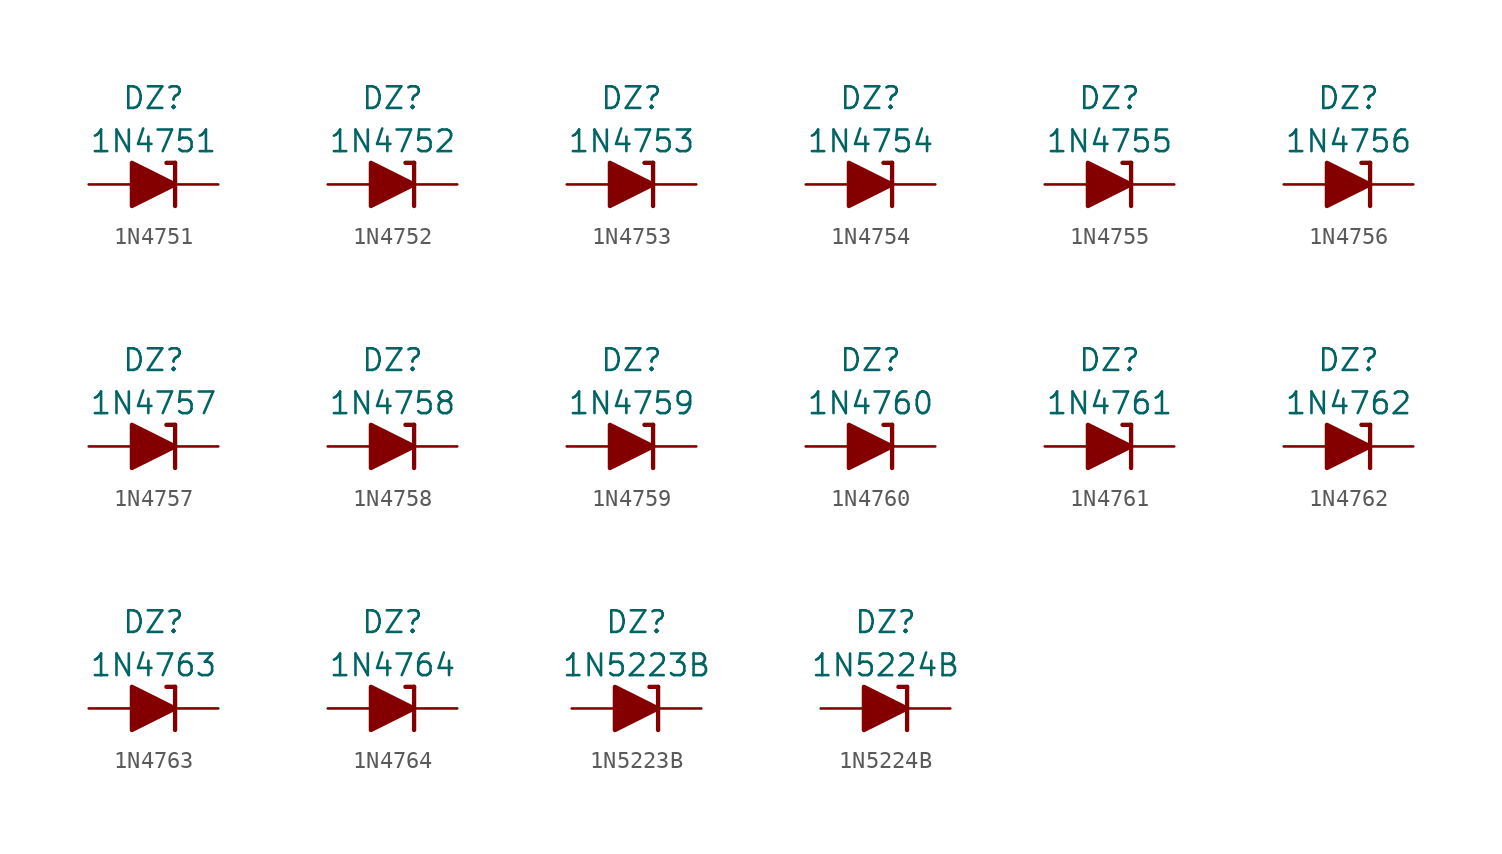
<source format=kicad_sym>
(kicad_symbol_lib
  (version 20211014)
  (generator kicad_symbol_editor)
  (symbol "1N4751"
    (pin_numbers hide)
    (pin_names
      (offset 1.016) hide)
    (property "Reference" "DZ"
      (at 0 5.08 0)
      (effects (font (size 1.27 1.27))))
    (property "Value" "1N4751"
      (at 0 2.54 0)
      (effects (font (size 1.27 1.27))))
    (symbol "1N4751_0_1"
      (polyline (pts (xy -1.27 0) (xy 1.27 0)) (stroke (width 0) (type default) (color 0 0 0 0)) (fill (type none)))
      (polyline (pts (xy 1.27 1.27) (xy 0.762 1.27)) (stroke (width 0.254) (type default) (color 0 0 0 0)) (fill (type none)))
      (polyline (pts (xy 1.27 1.27) (xy 1.27 -1.27)) (stroke (width 0.254) (type default) (color 0 0 0 0)) (fill (type none)))
      (polyline (pts (xy -1.27 -1.27) (xy -1.27 1.27) (xy 1.27 0) (xy -1.27 -1.27)) (stroke (width 0.254) (type default) (color 0 0 0 0)) (fill (type outline))))
    (symbol "1N4751_1_1"
      (pin passive line (at 3.81 0 180) (length 2.54) (name "K" (effects (font (size 1.27 1.27)))) (number "1" (effects (font (size 1.27 1.27)))))
      (pin passive line (at -3.81 0 0) (length 2.54) (name "A" (effects (font (size 1.27 1.27)))) (number "2" (effects (font (size 1.27 1.27)))))))
  (symbol "1N4752"
    (pin_numbers hide)
    (pin_names
      (offset 1.016) hide)
    (property "Reference" "DZ"
      (at 0 5.08 0)
      (effects (font (size 1.27 1.27))))
    (property "Value" "1N4752"
      (at 0 2.54 0)
      (effects (font (size 1.27 1.27))))
    (symbol "1N4752_0_1"
      (polyline (pts (xy -1.27 0) (xy 1.27 0)) (stroke (width 0) (type default) (color 0 0 0 0)) (fill (type none)))
      (polyline (pts (xy 1.27 1.27) (xy 0.762 1.27)) (stroke (width 0.254) (type default) (color 0 0 0 0)) (fill (type none)))
      (polyline (pts (xy 1.27 1.27) (xy 1.27 -1.27)) (stroke (width 0.254) (type default) (color 0 0 0 0)) (fill (type none)))
      (polyline (pts (xy -1.27 -1.27) (xy -1.27 1.27) (xy 1.27 0) (xy -1.27 -1.27)) (stroke (width 0.254) (type default) (color 0 0 0 0)) (fill (type outline))))
    (symbol "1N4752_1_1"
      (pin passive line (at 3.81 0 180) (length 2.54) (name "K" (effects (font (size 1.27 1.27)))) (number "1" (effects (font (size 1.27 1.27)))))
      (pin passive line (at -3.81 0 0) (length 2.54) (name "A" (effects (font (size 1.27 1.27)))) (number "2" (effects (font (size 1.27 1.27)))))))
  (symbol "1N4753"
    (pin_numbers hide)
    (pin_names
      (offset 1.016) hide)
    (property "Reference" "DZ"
      (at 0 5.08 0)
      (effects (font (size 1.27 1.27))))
    (property "Value" "1N4753"
      (at 0 2.54 0)
      (effects (font (size 1.27 1.27))))
    (symbol "1N4753_0_1"
      (polyline (pts (xy -1.27 0) (xy 1.27 0)) (stroke (width 0) (type default) (color 0 0 0 0)) (fill (type none)))
      (polyline (pts (xy 1.27 1.27) (xy 0.762 1.27)) (stroke (width 0.254) (type default) (color 0 0 0 0)) (fill (type none)))
      (polyline (pts (xy 1.27 1.27) (xy 1.27 -1.27)) (stroke (width 0.254) (type default) (color 0 0 0 0)) (fill (type none)))
      (polyline (pts (xy -1.27 -1.27) (xy -1.27 1.27) (xy 1.27 0) (xy -1.27 -1.27)) (stroke (width 0.254) (type default) (color 0 0 0 0)) (fill (type outline))))
    (symbol "1N4753_1_1"
      (pin passive line (at 3.81 0 180) (length 2.54) (name "K" (effects (font (size 1.27 1.27)))) (number "1" (effects (font (size 1.27 1.27)))))
      (pin passive line (at -3.81 0 0) (length 2.54) (name "A" (effects (font (size 1.27 1.27)))) (number "2" (effects (font (size 1.27 1.27)))))))
  (symbol "1N4754"
    (pin_numbers hide)
    (pin_names
      (offset 1.016) hide)
    (property "Reference" "DZ"
      (at 0 5.08 0)
      (effects (font (size 1.27 1.27))))
    (property "Value" "1N4754"
      (at 0 2.54 0)
      (effects (font (size 1.27 1.27))))
    (symbol "1N4754_0_1"
      (polyline (pts (xy -1.27 0) (xy 1.27 0)) (stroke (width 0) (type default) (color 0 0 0 0)) (fill (type none)))
      (polyline (pts (xy 1.27 1.27) (xy 0.762 1.27)) (stroke (width 0.254) (type default) (color 0 0 0 0)) (fill (type none)))
      (polyline (pts (xy 1.27 1.27) (xy 1.27 -1.27)) (stroke (width 0.254) (type default) (color 0 0 0 0)) (fill (type none)))
      (polyline (pts (xy -1.27 -1.27) (xy -1.27 1.27) (xy 1.27 0) (xy -1.27 -1.27)) (stroke (width 0.254) (type default) (color 0 0 0 0)) (fill (type outline))))
    (symbol "1N4754_1_1"
      (pin passive line (at 3.81 0 180) (length 2.54) (name "K" (effects (font (size 1.27 1.27)))) (number "1" (effects (font (size 1.27 1.27)))))
      (pin passive line (at -3.81 0 0) (length 2.54) (name "A" (effects (font (size 1.27 1.27)))) (number "2" (effects (font (size 1.27 1.27)))))))
  (symbol "1N4755"
    (pin_numbers hide)
    (pin_names
      (offset 1.016) hide)
    (property "Reference" "DZ"
      (at 0 5.08 0)
      (effects (font (size 1.27 1.27))))
    (property "Value" "1N4755"
      (at 0 2.54 0)
      (effects (font (size 1.27 1.27))))
    (symbol "1N4755_0_1"
      (polyline (pts (xy -1.27 0) (xy 1.27 0)) (stroke (width 0) (type default) (color 0 0 0 0)) (fill (type none)))
      (polyline (pts (xy 1.27 1.27) (xy 0.762 1.27)) (stroke (width 0.254) (type default) (color 0 0 0 0)) (fill (type none)))
      (polyline (pts (xy 1.27 1.27) (xy 1.27 -1.27)) (stroke (width 0.254) (type default) (color 0 0 0 0)) (fill (type none)))
      (polyline (pts (xy -1.27 -1.27) (xy -1.27 1.27) (xy 1.27 0) (xy -1.27 -1.27)) (stroke (width 0.254) (type default) (color 0 0 0 0)) (fill (type outline))))
    (symbol "1N4755_1_1"
      (pin passive line (at 3.81 0 180) (length 2.54) (name "K" (effects (font (size 1.27 1.27)))) (number "1" (effects (font (size 1.27 1.27)))))
      (pin passive line (at -3.81 0 0) (length 2.54) (name "A" (effects (font (size 1.27 1.27)))) (number "2" (effects (font (size 1.27 1.27)))))))
  (symbol "1N4756"
    (pin_numbers hide)
    (pin_names
      (offset 1.016) hide)
    (property "Reference" "DZ"
      (at 0 5.08 0)
      (effects (font (size 1.27 1.27))))
    (property "Value" "1N4756"
      (at 0 2.54 0)
      (effects (font (size 1.27 1.27))))
    (symbol "1N4756_0_1"
      (polyline (pts (xy -1.27 0) (xy 1.27 0)) (stroke (width 0) (type default) (color 0 0 0 0)) (fill (type none)))
      (polyline (pts (xy 1.27 1.27) (xy 0.762 1.27)) (stroke (width 0.254) (type default) (color 0 0 0 0)) (fill (type none)))
      (polyline (pts (xy 1.27 1.27) (xy 1.27 -1.27)) (stroke (width 0.254) (type default) (color 0 0 0 0)) (fill (type none)))
      (polyline (pts (xy -1.27 -1.27) (xy -1.27 1.27) (xy 1.27 0) (xy -1.27 -1.27)) (stroke (width 0.254) (type default) (color 0 0 0 0)) (fill (type outline))))
    (symbol "1N4756_1_1"
      (pin passive line (at 3.81 0 180) (length 2.54) (name "K" (effects (font (size 1.27 1.27)))) (number "1" (effects (font (size 1.27 1.27)))))
      (pin passive line (at -3.81 0 0) (length 2.54) (name "A" (effects (font (size 1.27 1.27)))) (number "2" (effects (font (size 1.27 1.27)))))))
  (symbol "1N4757"
    (pin_numbers hide)
    (pin_names
      (offset 1.016) hide)
    (property "Reference" "DZ"
      (at 0 5.08 0)
      (effects (font (size 1.27 1.27))))
    (property "Value" "1N4757"
      (at 0 2.54 0)
      (effects (font (size 1.27 1.27))))
    (symbol "1N4757_0_1"
      (polyline (pts (xy -1.27 0) (xy 1.27 0)) (stroke (width 0) (type default) (color 0 0 0 0)) (fill (type none)))
      (polyline (pts (xy 1.27 1.27) (xy 0.762 1.27)) (stroke (width 0.254) (type default) (color 0 0 0 0)) (fill (type none)))
      (polyline (pts (xy 1.27 1.27) (xy 1.27 -1.27)) (stroke (width 0.254) (type default) (color 0 0 0 0)) (fill (type none)))
      (polyline (pts (xy -1.27 -1.27) (xy -1.27 1.27) (xy 1.27 0) (xy -1.27 -1.27)) (stroke (width 0.254) (type default) (color 0 0 0 0)) (fill (type outline))))
    (symbol "1N4757_1_1"
      (pin passive line (at 3.81 0 180) (length 2.54) (name "K" (effects (font (size 1.27 1.27)))) (number "1" (effects (font (size 1.27 1.27)))))
      (pin passive line (at -3.81 0 0) (length 2.54) (name "A" (effects (font (size 1.27 1.27)))) (number "2" (effects (font (size 1.27 1.27)))))))
  (symbol "1N4758"
    (pin_numbers hide)
    (pin_names
      (offset 1.016) hide)
    (property "Reference" "DZ"
      (at 0 5.08 0)
      (effects (font (size 1.27 1.27))))
    (property "Value" "1N4758"
      (at 0 2.54 0)
      (effects (font (size 1.27 1.27))))
    (symbol "1N4758_0_1"
      (polyline (pts (xy -1.27 0) (xy 1.27 0)) (stroke (width 0) (type default) (color 0 0 0 0)) (fill (type none)))
      (polyline (pts (xy 1.27 1.27) (xy 0.762 1.27)) (stroke (width 0.254) (type default) (color 0 0 0 0)) (fill (type none)))
      (polyline (pts (xy 1.27 1.27) (xy 1.27 -1.27)) (stroke (width 0.254) (type default) (color 0 0 0 0)) (fill (type none)))
      (polyline (pts (xy -1.27 -1.27) (xy -1.27 1.27) (xy 1.27 0) (xy -1.27 -1.27)) (stroke (width 0.254) (type default) (color 0 0 0 0)) (fill (type outline))))
    (symbol "1N4758_1_1"
      (pin passive line (at 3.81 0 180) (length 2.54) (name "K" (effects (font (size 1.27 1.27)))) (number "1" (effects (font (size 1.27 1.27)))))
      (pin passive line (at -3.81 0 0) (length 2.54) (name "A" (effects (font (size 1.27 1.27)))) (number "2" (effects (font (size 1.27 1.27)))))))
  (symbol "1N4759"
    (pin_numbers hide)
    (pin_names
      (offset 1.016) hide)
    (property "Reference" "DZ"
      (at 0 5.08 0)
      (effects (font (size 1.27 1.27))))
    (property "Value" "1N4759"
      (at 0 2.54 0)
      (effects (font (size 1.27 1.27))))
    (symbol "1N4759_0_1"
      (polyline (pts (xy -1.27 0) (xy 1.27 0)) (stroke (width 0) (type default) (color 0 0 0 0)) (fill (type none)))
      (polyline (pts (xy 1.27 1.27) (xy 0.762 1.27)) (stroke (width 0.254) (type default) (color 0 0 0 0)) (fill (type none)))
      (polyline (pts (xy 1.27 1.27) (xy 1.27 -1.27)) (stroke (width 0.254) (type default) (color 0 0 0 0)) (fill (type none)))
      (polyline (pts (xy -1.27 -1.27) (xy -1.27 1.27) (xy 1.27 0) (xy -1.27 -1.27)) (stroke (width 0.254) (type default) (color 0 0 0 0)) (fill (type outline))))
    (symbol "1N4759_1_1"
      (pin passive line (at 3.81 0 180) (length 2.54) (name "K" (effects (font (size 1.27 1.27)))) (number "1" (effects (font (size 1.27 1.27)))))
      (pin passive line (at -3.81 0 0) (length 2.54) (name "A" (effects (font (size 1.27 1.27)))) (number "2" (effects (font (size 1.27 1.27)))))))
  (symbol "1N4760"
    (pin_numbers hide)
    (pin_names
      (offset 1.016) hide)
    (property "Reference" "DZ"
      (at 0 5.08 0)
      (effects (font (size 1.27 1.27))))
    (property "Value" "1N4760"
      (at 0 2.54 0)
      (effects (font (size 1.27 1.27))))
    (symbol "1N4760_0_1"
      (polyline (pts (xy -1.27 0) (xy 1.27 0)) (stroke (width 0) (type default) (color 0 0 0 0)) (fill (type none)))
      (polyline (pts (xy 1.27 1.27) (xy 0.762 1.27)) (stroke (width 0.254) (type default) (color 0 0 0 0)) (fill (type none)))
      (polyline (pts (xy 1.27 1.27) (xy 1.27 -1.27)) (stroke (width 0.254) (type default) (color 0 0 0 0)) (fill (type none)))
      (polyline (pts (xy -1.27 -1.27) (xy -1.27 1.27) (xy 1.27 0) (xy -1.27 -1.27)) (stroke (width 0.254) (type default) (color 0 0 0 0)) (fill (type outline))))
    (symbol "1N4760_1_1"
      (pin passive line (at 3.81 0 180) (length 2.54) (name "K" (effects (font (size 1.27 1.27)))) (number "1" (effects (font (size 1.27 1.27)))))
      (pin passive line (at -3.81 0 0) (length 2.54) (name "A" (effects (font (size 1.27 1.27)))) (number "2" (effects (font (size 1.27 1.27)))))))
  (symbol "1N4761"
    (pin_numbers hide)
    (pin_names
      (offset 1.016) hide)
    (property "Reference" "DZ"
      (at 0 5.08 0)
      (effects (font (size 1.27 1.27))))
    (property "Value" "1N4761"
      (at 0 2.54 0)
      (effects (font (size 1.27 1.27))))
    (symbol "1N4761_0_1"
      (polyline (pts (xy -1.27 0) (xy 1.27 0)) (stroke (width 0) (type default) (color 0 0 0 0)) (fill (type none)))
      (polyline (pts (xy 1.27 1.27) (xy 0.762 1.27)) (stroke (width 0.254) (type default) (color 0 0 0 0)) (fill (type none)))
      (polyline (pts (xy 1.27 1.27) (xy 1.27 -1.27)) (stroke (width 0.254) (type default) (color 0 0 0 0)) (fill (type none)))
      (polyline (pts (xy -1.27 -1.27) (xy -1.27 1.27) (xy 1.27 0) (xy -1.27 -1.27)) (stroke (width 0.254) (type default) (color 0 0 0 0)) (fill (type outline))))
    (symbol "1N4761_1_1"
      (pin passive line (at 3.81 0 180) (length 2.54) (name "K" (effects (font (size 1.27 1.27)))) (number "1" (effects (font (size 1.27 1.27)))))
      (pin passive line (at -3.81 0 0) (length 2.54) (name "A" (effects (font (size 1.27 1.27)))) (number "2" (effects (font (size 1.27 1.27)))))))
  (symbol "1N4762"
    (pin_numbers hide)
    (pin_names
      (offset 1.016) hide)
    (property "Reference" "DZ"
      (at 0 5.08 0)
      (effects (font (size 1.27 1.27))))
    (property "Value" "1N4762"
      (at 0 2.54 0)
      (effects (font (size 1.27 1.27))))
    (symbol "1N4762_0_1"
      (polyline (pts (xy -1.27 0) (xy 1.27 0)) (stroke (width 0) (type default) (color 0 0 0 0)) (fill (type none)))
      (polyline (pts (xy 1.27 1.27) (xy 0.762 1.27)) (stroke (width 0.254) (type default) (color 0 0 0 0)) (fill (type none)))
      (polyline (pts (xy 1.27 1.27) (xy 1.27 -1.27)) (stroke (width 0.254) (type default) (color 0 0 0 0)) (fill (type none)))
      (polyline (pts (xy -1.27 -1.27) (xy -1.27 1.27) (xy 1.27 0) (xy -1.27 -1.27)) (stroke (width 0.254) (type default) (color 0 0 0 0)) (fill (type outline))))
    (symbol "1N4762_1_1"
      (pin passive line (at 3.81 0 180) (length 2.54) (name "K" (effects (font (size 1.27 1.27)))) (number "1" (effects (font (size 1.27 1.27)))))
      (pin passive line (at -3.81 0 0) (length 2.54) (name "A" (effects (font (size 1.27 1.27)))) (number "2" (effects (font (size 1.27 1.27)))))))
  (symbol "1N4763"
    (pin_numbers hide)
    (pin_names
      (offset 1.016) hide)
    (property "Reference" "DZ"
      (at 0 5.08 0)
      (effects (font (size 1.27 1.27))))
    (property "Value" "1N4763"
      (at 0 2.54 0)
      (effects (font (size 1.27 1.27))))
    (symbol "1N4763_0_1"
      (polyline (pts (xy -1.27 0) (xy 1.27 0)) (stroke (width 0) (type default) (color 0 0 0 0)) (fill (type none)))
      (polyline (pts (xy 1.27 1.27) (xy 0.762 1.27)) (stroke (width 0.254) (type default) (color 0 0 0 0)) (fill (type none)))
      (polyline (pts (xy 1.27 1.27) (xy 1.27 -1.27)) (stroke (width 0.254) (type default) (color 0 0 0 0)) (fill (type none)))
      (polyline (pts (xy -1.27 -1.27) (xy -1.27 1.27) (xy 1.27 0) (xy -1.27 -1.27)) (stroke (width 0.254) (type default) (color 0 0 0 0)) (fill (type outline))))
    (symbol "1N4763_1_1"
      (pin passive line (at 3.81 0 180) (length 2.54) (name "K" (effects (font (size 1.27 1.27)))) (number "1" (effects (font (size 1.27 1.27)))))
      (pin passive line (at -3.81 0 0) (length 2.54) (name "A" (effects (font (size 1.27 1.27)))) (number "2" (effects (font (size 1.27 1.27)))))))
  (symbol "1N4764"
    (pin_numbers hide)
    (pin_names
      (offset 1.016) hide)
    (property "Reference" "DZ"
      (at 0 5.08 0)
      (effects (font (size 1.27 1.27))))
    (property "Value" "1N4764"
      (at 0 2.54 0)
      (effects (font (size 1.27 1.27))))
    (symbol "1N4764_0_1"
      (polyline (pts (xy -1.27 0) (xy 1.27 0)) (stroke (width 0) (type default) (color 0 0 0 0)) (fill (type none)))
      (polyline (pts (xy 1.27 1.27) (xy 0.762 1.27)) (stroke (width 0.254) (type default) (color 0 0 0 0)) (fill (type none)))
      (polyline (pts (xy 1.27 1.27) (xy 1.27 -1.27)) (stroke (width 0.254) (type default) (color 0 0 0 0)) (fill (type none)))
      (polyline (pts (xy -1.27 -1.27) (xy -1.27 1.27) (xy 1.27 0) (xy -1.27 -1.27)) (stroke (width 0.254) (type default) (color 0 0 0 0)) (fill (type outline))))
    (symbol "1N4764_1_1"
      (pin passive line (at 3.81 0 180) (length 2.54) (name "K" (effects (font (size 1.27 1.27)))) (number "1" (effects (font (size 1.27 1.27)))))
      (pin passive line (at -3.81 0 0) (length 2.54) (name "A" (effects (font (size 1.27 1.27)))) (number "2" (effects (font (size 1.27 1.27)))))))
  (symbol "1N5223B"
    (pin_numbers hide)
    (pin_names
      (offset 1.016) hide)
    (property "Reference" "DZ"
      (at 0 5.08 0)
      (effects (font (size 1.27 1.27))))
    (property "Value" "1N5223B"
      (at 0 2.54 0)
      (effects (font (size 1.27 1.27))))
    (symbol "1N5223B_0_1"
      (polyline (pts (xy -1.27 0) (xy 1.27 0)) (stroke (width 0) (type default) (color 0 0 0 0)) (fill (type none)))
      (polyline (pts (xy 1.27 1.27) (xy 0.762 1.27)) (stroke (width 0.254) (type default) (color 0 0 0 0)) (fill (type none)))
      (polyline (pts (xy 1.27 1.27) (xy 1.27 -1.27)) (stroke (width 0.254) (type default) (color 0 0 0 0)) (fill (type none)))
      (polyline (pts (xy -1.27 -1.27) (xy -1.27 1.27) (xy 1.27 0) (xy -1.27 -1.27)) (stroke (width 0.254) (type default) (color 0 0 0 0)) (fill (type outline))))
    (symbol "1N5223B_1_1"
      (pin passive line (at 3.81 0 180) (length 2.54) (name "K" (effects (font (size 1.27 1.27)))) (number "1" (effects (font (size 1.27 1.27)))))
      (pin passive line (at -3.81 0 0) (length 2.54) (name "A" (effects (font (size 1.27 1.27)))) (number "2" (effects (font (size 1.27 1.27)))))))
  (symbol "1N5224B"
    (pin_numbers hide)
    (pin_names
      (offset 1.016) hide)
    (property "Reference" "DZ"
      (at 0 5.08 0)
      (effects (font (size 1.27 1.27))))
    (property "Value" "1N5224B"
      (at 0 2.54 0)
      (effects (font (size 1.27 1.27))))
    (symbol "1N5224B_0_1"
      (polyline (pts (xy -1.27 0) (xy 1.27 0)) (stroke (width 0) (type default) (color 0 0 0 0)) (fill (type none)))
      (polyline (pts (xy 1.27 1.27) (xy 0.762 1.27)) (stroke (width 0.254) (type default) (color 0 0 0 0)) (fill (type none)))
      (polyline (pts (xy 1.27 1.27) (xy 1.27 -1.27)) (stroke (width 0.254) (type default) (color 0 0 0 0)) (fill (type none)))
      (polyline (pts (xy -1.27 -1.27) (xy -1.27 1.27) (xy 1.27 0) (xy -1.27 -1.27)) (stroke (width 0.254) (type default) (color 0 0 0 0)) (fill (type outline))))
    (symbol "1N5224B_1_1"
      (pin passive line (at 3.81 0 180) (length 2.54) (name "K" (effects (font (size 1.27 1.27)))) (number "1" (effects (font (size 1.27 1.27)))))
      (pin passive line (at -3.81 0 0) (length 2.54) (name "A" (effects (font (size 1.27 1.27)))) (number "2" (effects (font (size 1.27 1.27))))))))
</source>
